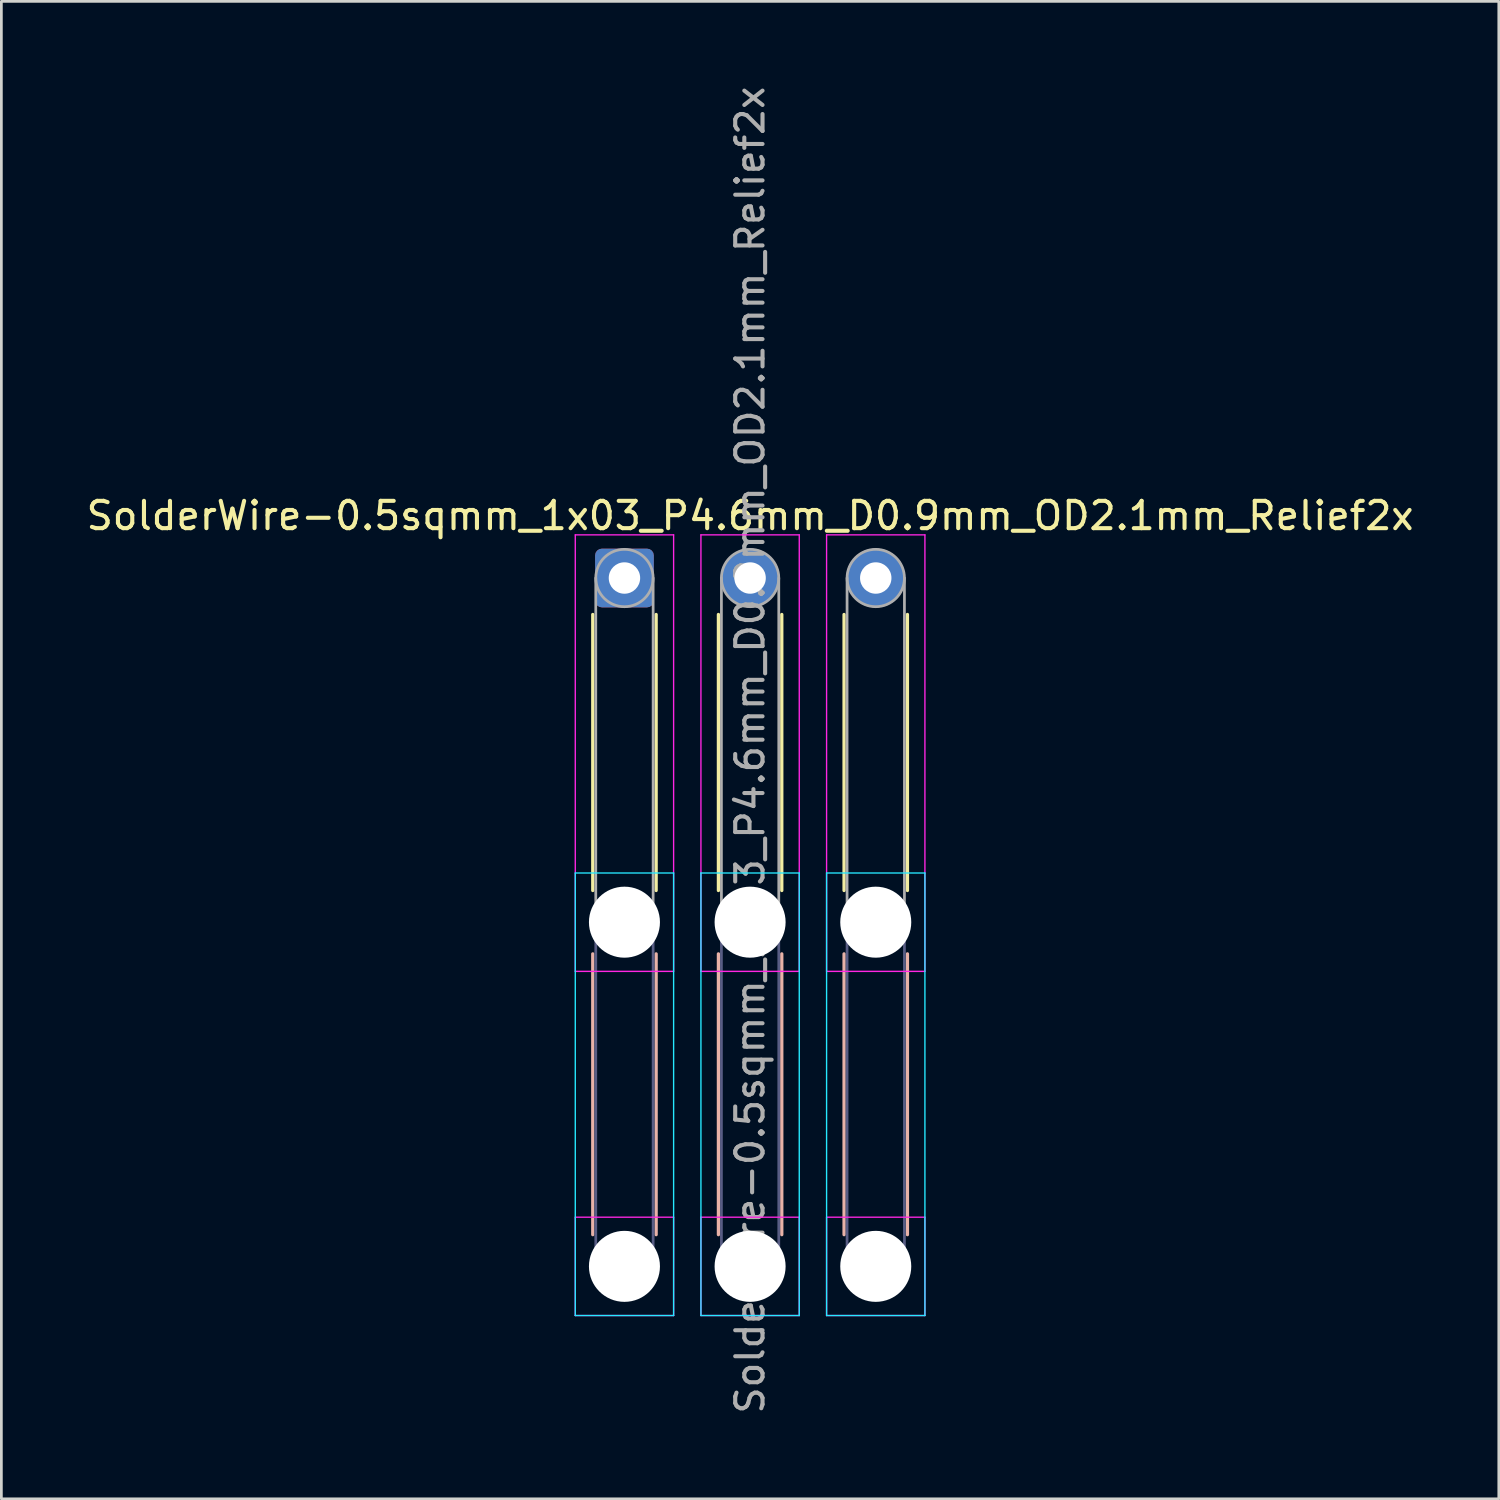
<source format=kicad_pcb>
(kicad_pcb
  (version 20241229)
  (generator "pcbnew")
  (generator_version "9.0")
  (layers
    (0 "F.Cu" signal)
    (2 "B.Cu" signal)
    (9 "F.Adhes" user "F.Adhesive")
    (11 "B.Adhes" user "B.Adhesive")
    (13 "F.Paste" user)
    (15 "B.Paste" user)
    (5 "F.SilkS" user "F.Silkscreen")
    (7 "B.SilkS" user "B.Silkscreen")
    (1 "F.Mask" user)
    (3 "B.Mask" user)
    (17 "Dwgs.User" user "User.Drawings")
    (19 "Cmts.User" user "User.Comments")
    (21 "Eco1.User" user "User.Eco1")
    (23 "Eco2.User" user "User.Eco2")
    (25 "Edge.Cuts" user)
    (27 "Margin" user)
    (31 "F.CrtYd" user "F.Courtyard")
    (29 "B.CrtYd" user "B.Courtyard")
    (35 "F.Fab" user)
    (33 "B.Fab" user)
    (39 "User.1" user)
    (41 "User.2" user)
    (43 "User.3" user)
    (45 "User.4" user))
  (footprint "SolderWire-0.5sqmm_1x03_P4.6mm_D0.9mm_OD2.1mm_Relief2x"
    (layer "F.Cu")
    (at 19.811 18.111)
    (property "Reference" "SolderWire-0.5sqmm_1x03_P4.6mm_D0.9mm_OD2.1mm_Relief2x" (at 4.6 -2.28 0) (layer "F.SilkS") (effects (font (size 1 1) (thickness 0.15))))
    (attr exclude_from_pos_files exclude_from_bom)
    (fp_line (start -1.16 1.335) (end -1.16 11.44) (stroke (width 0.12) (type solid)) (layer "F.SilkS"))
    (fp_line (start 1.16 1.335) (end 1.16 11.44) (stroke (width 0.12) (type solid)) (layer "F.SilkS"))
    (fp_line (start 3.44 1.335) (end 3.44 11.44) (stroke (width 0.12) (type solid)) (layer "F.SilkS"))
    (fp_line (start 5.76 1.335) (end 5.76 11.44) (stroke (width 0.12) (type solid)) (layer "F.SilkS"))
    (fp_line (start 8.04 1.335) (end 8.04 11.44) (stroke (width 0.12) (type solid)) (layer "F.SilkS"))
    (fp_line (start 10.36 1.335) (end 10.36 11.44) (stroke (width 0.12) (type solid)) (layer "F.SilkS"))
    (fp_line (start -1.16 13.76) (end -1.16 24.04) (stroke (width 0.12) (type solid)) (layer "B.SilkS"))
    (fp_line (start 1.16 13.76) (end 1.16 24.04) (stroke (width 0.12) (type solid)) (layer "B.SilkS"))
    (fp_line (start 3.44 13.76) (end 3.44 24.04) (stroke (width 0.12) (type solid)) (layer "B.SilkS"))
    (fp_line (start 5.76 13.76) (end 5.76 24.04) (stroke (width 0.12) (type solid)) (layer "B.SilkS"))
    (fp_line (start 8.04 13.76) (end 8.04 24.04) (stroke (width 0.12) (type solid)) (layer "B.SilkS"))
    (fp_line (start 10.36 13.76) (end 10.36 24.04) (stroke (width 0.12) (type solid)) (layer "B.SilkS"))
    (fp_line (start -1.8 10.8) (end -1.8 27) (stroke (width 0.05) (type solid)) (layer "B.CrtYd"))
    (fp_line (start -1.8 27) (end 1.8 27) (stroke (width 0.05) (type solid)) (layer "B.CrtYd"))
    (fp_line (start 1.8 10.8) (end -1.8 10.8) (stroke (width 0.05) (type solid)) (layer "B.CrtYd"))
    (fp_line (start 1.8 27) (end 1.8 10.8) (stroke (width 0.05) (type solid)) (layer "B.CrtYd"))
    (fp_line (start 2.8 10.8) (end 2.8 27) (stroke (width 0.05) (type solid)) (layer "B.CrtYd"))
    (fp_line (start 2.8 27) (end 6.4 27) (stroke (width 0.05) (type solid)) (layer "B.CrtYd"))
    (fp_line (start 6.4 10.8) (end 2.8 10.8) (stroke (width 0.05) (type solid)) (layer "B.CrtYd"))
    (fp_line (start 6.4 27) (end 6.4 10.8) (stroke (width 0.05) (type solid)) (layer "B.CrtYd"))
    (fp_line (start 7.4 10.8) (end 7.4 27) (stroke (width 0.05) (type solid)) (layer "B.CrtYd"))
    (fp_line (start 7.4 27) (end 11 27) (stroke (width 0.05) (type solid)) (layer "B.CrtYd"))
    (fp_line (start 11 10.8) (end 7.4 10.8) (stroke (width 0.05) (type solid)) (layer "B.CrtYd"))
    (fp_line (start 11 27) (end 11 10.8) (stroke (width 0.05) (type solid)) (layer "B.CrtYd"))
    (fp_line (start -1.8 -1.58) (end -1.8 14.4) (stroke (width 0.05) (type solid)) (layer "F.CrtYd"))
    (fp_line (start -1.8 14.4) (end 1.8 14.4) (stroke (width 0.05) (type solid)) (layer "F.CrtYd"))
    (fp_line (start -1.8 23.4) (end -1.8 27) (stroke (width 0.05) (type solid)) (layer "F.CrtYd"))
    (fp_line (start -1.8 27) (end 1.8 27) (stroke (width 0.05) (type solid)) (layer "F.CrtYd"))
    (fp_line (start 1.8 -1.58) (end -1.8 -1.58) (stroke (width 0.05) (type solid)) (layer "F.CrtYd"))
    (fp_line (start 1.8 14.4) (end 1.8 -1.58) (stroke (width 0.05) (type solid)) (layer "F.CrtYd"))
    (fp_line (start 1.8 23.4) (end -1.8 23.4) (stroke (width 0.05) (type solid)) (layer "F.CrtYd"))
    (fp_line (start 1.8 27) (end 1.8 23.4) (stroke (width 0.05) (type solid)) (layer "F.CrtYd"))
    (fp_line (start 2.8 -1.58) (end 2.8 14.4) (stroke (width 0.05) (type solid)) (layer "F.CrtYd"))
    (fp_line (start 2.8 14.4) (end 6.4 14.4) (stroke (width 0.05) (type solid)) (layer "F.CrtYd"))
    (fp_line (start 2.8 23.4) (end 2.8 27) (stroke (width 0.05) (type solid)) (layer "F.CrtYd"))
    (fp_line (start 2.8 27) (end 6.4 27) (stroke (width 0.05) (type solid)) (layer "F.CrtYd"))
    (fp_line (start 6.4 -1.58) (end 2.8 -1.58) (stroke (width 0.05) (type solid)) (layer "F.CrtYd"))
    (fp_line (start 6.4 14.4) (end 6.4 -1.58) (stroke (width 0.05) (type solid)) (layer "F.CrtYd"))
    (fp_line (start 6.4 23.4) (end 2.8 23.4) (stroke (width 0.05) (type solid)) (layer "F.CrtYd"))
    (fp_line (start 6.4 27) (end 6.4 23.4) (stroke (width 0.05) (type solid)) (layer "F.CrtYd"))
    (fp_line (start 7.4 -1.58) (end 7.4 14.4) (stroke (width 0.05) (type solid)) (layer "F.CrtYd"))
    (fp_line (start 7.4 14.4) (end 11 14.4) (stroke (width 0.05) (type solid)) (layer "F.CrtYd"))
    (fp_line (start 7.4 23.4) (end 7.4 27) (stroke (width 0.05) (type solid)) (layer "F.CrtYd"))
    (fp_line (start 7.4 27) (end 11 27) (stroke (width 0.05) (type solid)) (layer "F.CrtYd"))
    (fp_line (start 11 -1.58) (end 7.4 -1.58) (stroke (width 0.05) (type solid)) (layer "F.CrtYd"))
    (fp_line (start 11 14.4) (end 11 -1.58) (stroke (width 0.05) (type solid)) (layer "F.CrtYd"))
    (fp_line (start 11 23.4) (end 7.4 23.4) (stroke (width 0.05) (type solid)) (layer "F.CrtYd"))
    (fp_line (start 11 27) (end 11 23.4) (stroke (width 0.05) (type solid)) (layer "F.CrtYd"))
    (fp_line (start -1.05 12.6) (end -1.05 25.2) (stroke (width 0.1) (type solid)) (layer "B.Fab"))
    (fp_line (start 1.05 12.6) (end 1.05 25.2) (stroke (width 0.1) (type solid)) (layer "B.Fab"))
    (fp_line (start 3.55 12.6) (end 3.55 25.2) (stroke (width 0.1) (type solid)) (layer "B.Fab"))
    (fp_line (start 5.65 12.6) (end 5.65 25.2) (stroke (width 0.1) (type solid)) (layer "B.Fab"))
    (fp_line (start 8.15 12.6) (end 8.15 25.2) (stroke (width 0.1) (type solid)) (layer "B.Fab"))
    (fp_line (start 10.25 12.6) (end 10.25 25.2) (stroke (width 0.1) (type solid)) (layer "B.Fab"))
    (fp_circle (center 0 12.6) (end 1.05 12.6) (stroke (width 0.1) (type solid)) (fill no) (layer "B.Fab"))
    (fp_circle (center 0 25.2) (end 1.05 25.2) (stroke (width 0.1) (type solid)) (fill no) (layer "B.Fab"))
    (fp_circle (center 4.6 12.6) (end 5.65 12.6) (stroke (width 0.1) (type solid)) (fill no) (layer "B.Fab"))
    (fp_circle (center 4.6 25.2) (end 5.65 25.2) (stroke (width 0.1) (type solid)) (fill no) (layer "B.Fab"))
    (fp_circle (center 9.2 12.6) (end 10.25 12.6) (stroke (width 0.1) (type solid)) (fill no) (layer "B.Fab"))
    (fp_circle (center 9.2 25.2) (end 10.25 25.2) (stroke (width 0.1) (type solid)) (fill no) (layer "B.Fab"))
    (fp_line (start -1.05 0) (end -1.05 12.6) (stroke (width 0.1) (type solid)) (layer "F.Fab"))
    (fp_line (start 1.05 0) (end 1.05 12.6) (stroke (width 0.1) (type solid)) (layer "F.Fab"))
    (fp_line (start 3.55 0) (end 3.55 12.6) (stroke (width 0.1) (type solid)) (layer "F.Fab"))
    (fp_line (start 5.65 0) (end 5.65 12.6) (stroke (width 0.1) (type solid)) (layer "F.Fab"))
    (fp_line (start 8.15 0) (end 8.15 12.6) (stroke (width 0.1) (type solid)) (layer "F.Fab"))
    (fp_line (start 10.25 0) (end 10.25 12.6) (stroke (width 0.1) (type solid)) (layer "F.Fab"))
    (fp_circle (center 0 0) (end 1.05 0) (stroke (width 0.1) (type solid)) (fill no) (layer "F.Fab"))
    (fp_circle (center 0 12.6) (end 1.05 12.6) (stroke (width 0.1) (type solid)) (fill no) (layer "F.Fab"))
    (fp_circle (center 0 25.2) (end 1.05 25.2) (stroke (width 0.1) (type solid)) (fill no) (layer "F.Fab"))
    (fp_circle (center 4.6 0) (end 5.65 0) (stroke (width 0.1) (type solid)) (fill no) (layer "F.Fab"))
    (fp_circle (center 4.6 12.6) (end 5.65 12.6) (stroke (width 0.1) (type solid)) (fill no) (layer "F.Fab"))
    (fp_circle (center 4.6 25.2) (end 5.65 25.2) (stroke (width 0.1) (type solid)) (fill no) (layer "F.Fab"))
    (fp_circle (center 9.2 0) (end 10.25 0) (stroke (width 0.1) (type solid)) (fill no) (layer "F.Fab"))
    (fp_circle (center 9.2 12.6) (end 10.25 12.6) (stroke (width 0.1) (type solid)) (fill no) (layer "F.Fab"))
    (fp_circle (center 9.2 25.2) (end 10.25 25.2) (stroke (width 0.1) (type solid)) (fill no) (layer "F.Fab"))
    (fp_text user "${REFERENCE}" (at 4.6 6.3 90) (layer "F.Fab") (effects (font (size 1 1) (thickness 0.15))))
    (pad "" np_thru_hole circle (at 0 12.6) (size 2.6 2.6) (drill 2.6) (layers "*.Cu" "*.Mask"))
    (pad "" np_thru_hole circle (at 0 25.2) (size 2.6 2.6) (drill 2.6) (layers "*.Cu" "*.Mask"))
    (pad "" np_thru_hole circle (at 4.6 12.6) (size 2.6 2.6) (drill 2.6) (layers "*.Cu" "*.Mask"))
    (pad "" np_thru_hole circle (at 4.6 25.2) (size 2.6 2.6) (drill 2.6) (layers "*.Cu" "*.Mask"))
    (pad "" np_thru_hole circle (at 9.2 12.6) (size 2.6 2.6) (drill 2.6) (layers "*.Cu" "*.Mask"))
    (pad "" np_thru_hole circle (at 9.2 25.2) (size 2.6 2.6) (drill 2.6) (layers "*.Cu" "*.Mask"))
    (pad "1" thru_hole roundrect (at 0 0) (size 2.15 2.15) (drill 1.15) (layers "*.Cu" "*.Mask") (roundrect_rratio 0.116))
    (pad "2" thru_hole circle (at 4.6 0) (size 2.15 2.15) (drill 1.15) (layers "*.Cu" "*.Mask"))
    (pad "3" thru_hole circle (at 9.2 0) (size 2.15 2.15) (drill 1.15) (layers "*.Cu" "*.Mask")))
  (gr_rect
    (start -3 -3)
    (end 51.821 51.821)
    (stroke (width 0.1) (type default))
    (fill no)
    (layer "Edge.Cuts")))
</source>
